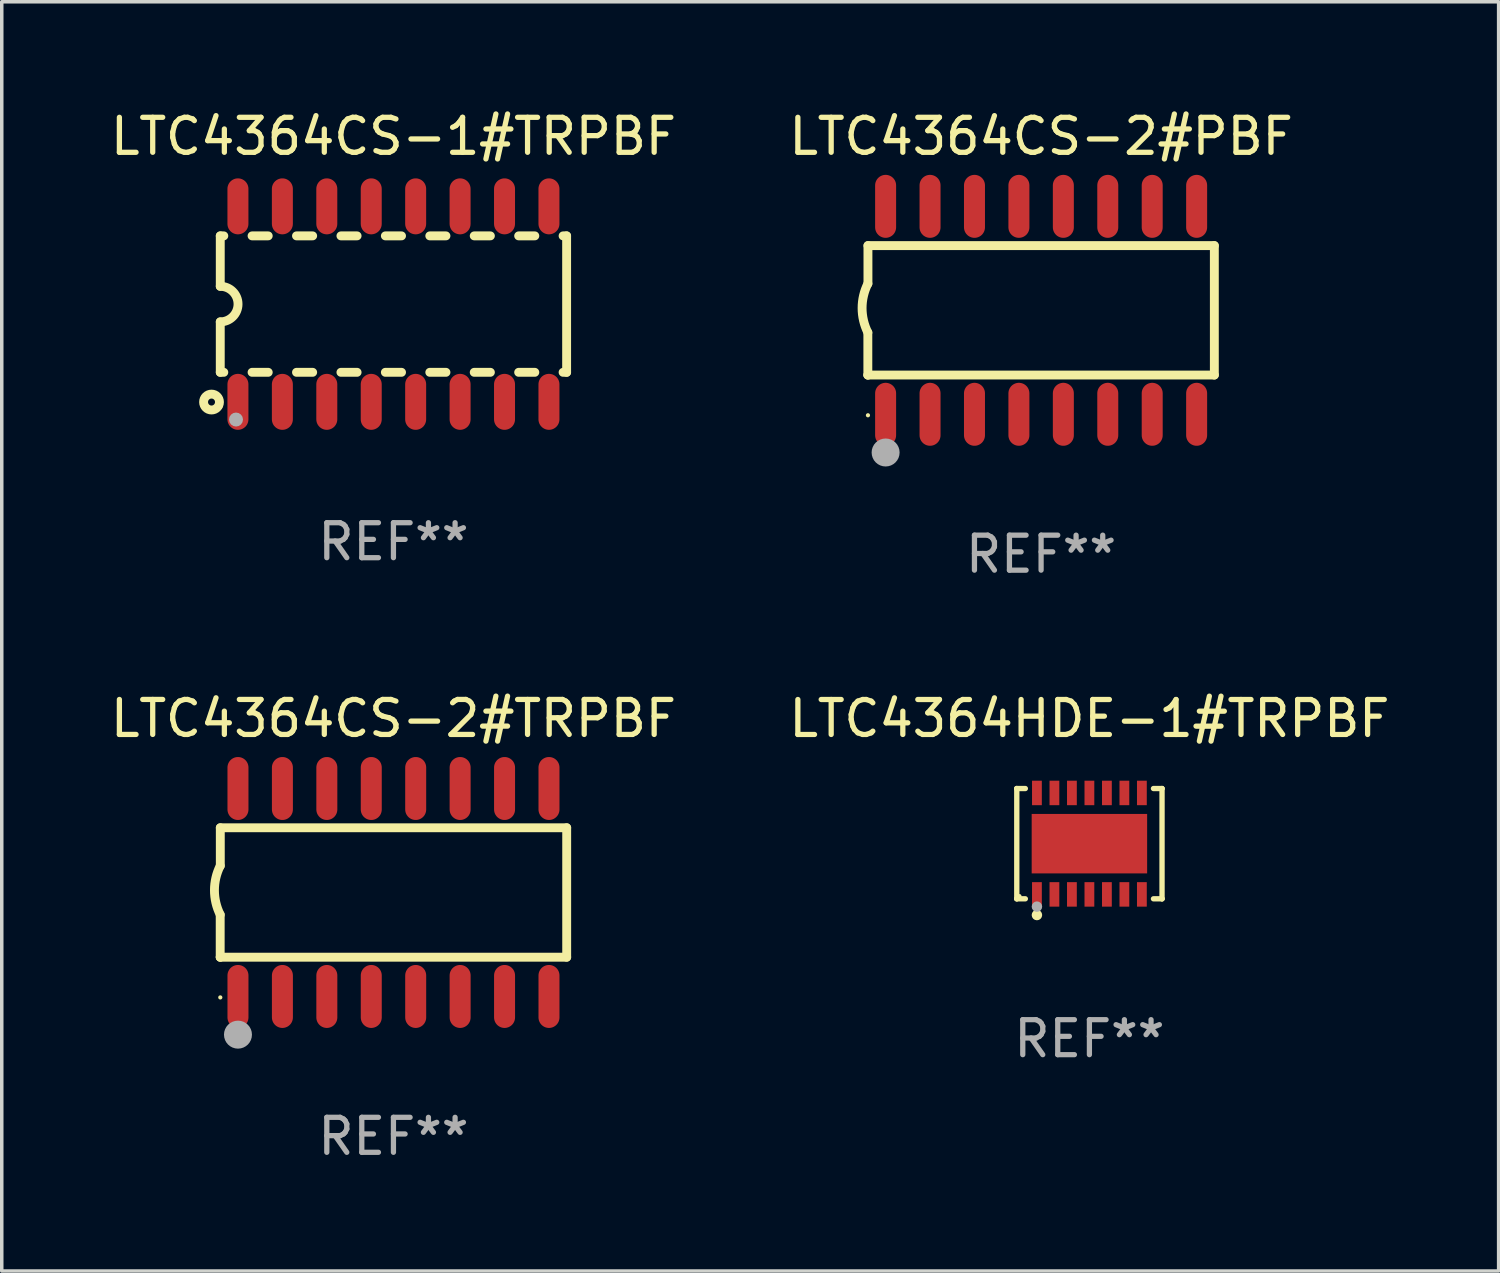
<source format=kicad_pcb>
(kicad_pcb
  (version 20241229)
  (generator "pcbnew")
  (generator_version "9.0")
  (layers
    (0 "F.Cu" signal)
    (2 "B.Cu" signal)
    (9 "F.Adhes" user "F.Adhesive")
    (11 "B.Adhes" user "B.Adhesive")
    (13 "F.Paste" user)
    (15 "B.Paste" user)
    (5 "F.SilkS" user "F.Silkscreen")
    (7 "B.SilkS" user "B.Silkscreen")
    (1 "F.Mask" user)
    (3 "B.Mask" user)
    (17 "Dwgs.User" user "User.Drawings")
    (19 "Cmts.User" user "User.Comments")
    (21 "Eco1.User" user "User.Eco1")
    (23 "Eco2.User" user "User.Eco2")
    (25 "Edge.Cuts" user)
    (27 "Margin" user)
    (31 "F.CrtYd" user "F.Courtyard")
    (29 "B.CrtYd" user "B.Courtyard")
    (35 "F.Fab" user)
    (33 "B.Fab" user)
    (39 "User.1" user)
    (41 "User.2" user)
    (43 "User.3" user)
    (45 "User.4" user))
  (footprint "LTC4364CS-1#TRPBF"
    (layer "F.Cu")
    (at 8.196 5.642)
    (property "Reference" "LTC4364CS-1#TRPBF" (at 0 -4.794 0) (layer "F.SilkS") (effects (font (size 1 1) (thickness 0.15))))
    (attr through_hole)
    (fp_line (start -4.95 -1.95) (end -4.95 -0.508) (stroke (width 0.254) (type solid)) (layer "F.SilkS"))
    (fp_line (start -4.95 -1.95) (end -4.849 -1.95) (stroke (width 0.254) (type solid)) (layer "F.SilkS"))
    (fp_line (start -4.95 1.95) (end -4.95 0.508) (stroke (width 0.254) (type solid)) (layer "F.SilkS"))
    (fp_line (start -4.95 1.95) (end -4.849 1.95) (stroke (width 0.254) (type solid)) (layer "F.SilkS"))
    (fp_line (start -4.041 -1.95) (end -3.579 -1.95) (stroke (width 0.254) (type solid)) (layer "F.SilkS"))
    (fp_line (start -4.041 1.95) (end -3.579 1.95) (stroke (width 0.254) (type solid)) (layer "F.SilkS"))
    (fp_line (start -2.771 -1.95) (end -2.309 -1.95) (stroke (width 0.254) (type solid)) (layer "F.SilkS"))
    (fp_line (start -2.771 1.95) (end -2.309 1.95) (stroke (width 0.254) (type solid)) (layer "F.SilkS"))
    (fp_line (start -1.501 -1.95) (end -1.039 -1.95) (stroke (width 0.254) (type solid)) (layer "F.SilkS"))
    (fp_line (start -1.501 1.95) (end -1.039 1.95) (stroke (width 0.254) (type solid)) (layer "F.SilkS"))
    (fp_line (start -0.231 -1.95) (end 0.231 -1.95) (stroke (width 0.254) (type solid)) (layer "F.SilkS"))
    (fp_line (start -0.231 1.95) (end 0.231 1.95) (stroke (width 0.254) (type solid)) (layer "F.SilkS"))
    (fp_line (start 1.039 -1.95) (end 1.501 -1.95) (stroke (width 0.254) (type solid)) (layer "F.SilkS"))
    (fp_line (start 1.039 1.95) (end 1.501 1.95) (stroke (width 0.254) (type solid)) (layer "F.SilkS"))
    (fp_line (start 2.309 -1.95) (end 2.771 -1.95) (stroke (width 0.254) (type solid)) (layer "F.SilkS"))
    (fp_line (start 2.309 1.95) (end 2.771 1.95) (stroke (width 0.254) (type solid)) (layer "F.SilkS"))
    (fp_line (start 3.579 -1.95) (end 4.041 -1.95) (stroke (width 0.254) (type solid)) (layer "F.SilkS"))
    (fp_line (start 3.579 1.95) (end 4.041 1.95) (stroke (width 0.254) (type solid)) (layer "F.SilkS"))
    (fp_line (start 4.849 -1.95) (end 4.95 -1.95) (stroke (width 0.254) (type solid)) (layer "F.SilkS"))
    (fp_line (start 4.849 1.95) (end 4.95 1.95) (stroke (width 0.254) (type solid)) (layer "F.SilkS"))
    (fp_line (start 4.95 -1.95) (end 4.95 1.95) (stroke (width 0.254) (type solid)) (layer "F.SilkS"))
    (fp_arc (start -4.95047 -0.508001) (mid -4.442469 -0.000228) (end -4.950013 0.508001) (stroke (width 0.254001) (type solid)) (layer "F.SilkS"))
    (fp_circle (center -5.2 2.8) (end -5.1 2.8) (stroke (width 0.254) (type solid)) (fill no) (layer "F.SilkS"))
    (fp_circle (center -4.95 2.947) (end -4.92 2.947) (stroke (width 0.06) (type solid)) (fill no) (layer "F.SilkS"))
    (fp_circle (center -4.5 3.3) (end -4.4 3.3) (stroke (width 0.2) (type solid)) (fill no) (layer "F.Fab"))
    (fp_text user "REF**" (at 0 6.794 0) (layer "F.Fab") (effects (font (size 1 1) (thickness 0.15))))
    (pad "1" smd oval (at -4.445 2.794) (size 0.6 1.6) (layers "F.Cu" "F.Mask" "F.Paste"))
    (pad "2" smd oval (at -3.175 2.794) (size 0.6 1.6) (layers "F.Cu" "F.Mask" "F.Paste"))
    (pad "3" smd oval (at -1.905 2.794) (size 0.6 1.6) (layers "F.Cu" "F.Mask" "F.Paste"))
    (pad "4" smd oval (at -0.635 2.794) (size 0.6 1.6) (layers "F.Cu" "F.Mask" "F.Paste"))
    (pad "5" smd oval (at 0.635 2.794) (size 0.6 1.6) (layers "F.Cu" "F.Mask" "F.Paste"))
    (pad "6" smd oval (at 1.905 2.794) (size 0.6 1.6) (layers "F.Cu" "F.Mask" "F.Paste"))
    (pad "7" smd oval (at 3.175 2.794) (size 0.6 1.6) (layers "F.Cu" "F.Mask" "F.Paste"))
    (pad "8" smd oval (at 4.445 2.794) (size 0.6 1.6) (layers "F.Cu" "F.Mask" "F.Paste"))
    (pad "9" smd oval (at 4.445 -2.794) (size 0.6 1.6) (layers "F.Cu" "F.Mask" "F.Paste"))
    (pad "10" smd oval (at 3.175 -2.794) (size 0.6 1.6) (layers "F.Cu" "F.Mask" "F.Paste"))
    (pad "11" smd oval (at 1.905 -2.794) (size 0.6 1.6) (layers "F.Cu" "F.Mask" "F.Paste"))
    (pad "12" smd oval (at 0.635 -2.794) (size 0.6 1.6) (layers "F.Cu" "F.Mask" "F.Paste"))
    (pad "13" smd oval (at -0.635 -2.794) (size 0.6 1.6) (layers "F.Cu" "F.Mask" "F.Paste"))
    (pad "14" smd oval (at -1.905 -2.794) (size 0.6 1.6) (layers "F.Cu" "F.Mask" "F.Paste"))
    (pad "15" smd oval (at -3.175 -2.794) (size 0.6 1.6) (layers "F.Cu" "F.Mask" "F.Paste"))
    (pad "16" smd oval (at -4.445 -2.794) (size 0.6 1.6) (layers "F.Cu" "F.Mask" "F.Paste")))
  (footprint "LTC4364CS-2#TRPBF"
    (layer "F.Cu")
    (at 8.196 22.46)
    (property "Reference" "LTC4364CS-2#TRPBF" (at 0 -4.972 0) (layer "F.SilkS") (effects (font (size 1 1) (thickness 0.15))))
    (attr through_hole)
    (fp_line (start -4.952 0.635) (end -4.952 1.85) (stroke (width 0.254) (type solid)) (layer "F.SilkS"))
    (fp_line (start -4.952 1.85) (end -4.949 1.85) (stroke (width 0.254) (type solid)) (layer "F.SilkS"))
    (fp_line (start -4.949 -1.85) (end -4.949 -0.762) (stroke (width 0.254) (type solid)) (layer "F.SilkS"))
    (fp_line (start -4.949 1.85) (end 4.952 1.85) (stroke (width 0.254) (type solid)) (layer "F.SilkS"))
    (fp_line (start 4.952 -1.85) (end -4.949 -1.85) (stroke (width 0.254) (type solid)) (layer "F.SilkS"))
    (fp_line (start 4.952 1.85) (end 4.952 -1.85) (stroke (width 0.254) (type solid)) (layer "F.SilkS"))
    (fp_arc (start -4.951524 0.635001) (mid -5.116418 -0.0635) (end -4.951524 -0.762002) (stroke (width 0.254001) (type solid)) (layer "F.SilkS"))
    (fp_circle (center -4.949 3) (end -4.919 3) (stroke (width 0.06) (type solid)) (fill no) (layer "F.SilkS"))
    (fp_circle (center -4.444 4.064) (end -4.244 4.064) (stroke (width 0.4) (type solid)) (fill no) (layer "F.Fab"))
    (fp_text user "REF**" (at 0 6.972 0) (layer "F.Fab") (effects (font (size 1 1) (thickness 0.15))))
    (pad "1" smd oval (at -4.444 2.972 180) (size 0.6 1.8) (layers "F.Cu" "F.Mask" "F.Paste"))
    (pad "2" smd oval (at -3.174 2.972 180) (size 0.6 1.8) (layers "F.Cu" "F.Mask" "F.Paste"))
    (pad "3" smd oval (at -1.904 2.972 180) (size 0.6 1.8) (layers "F.Cu" "F.Mask" "F.Paste"))
    (pad "4" smd oval (at -0.634 2.972 180) (size 0.6 1.8) (layers "F.Cu" "F.Mask" "F.Paste"))
    (pad "5" smd oval (at 0.636 2.972 180) (size 0.6 1.8) (layers "F.Cu" "F.Mask" "F.Paste"))
    (pad "6" smd oval (at 1.906 2.972 180) (size 0.6 1.8) (layers "F.Cu" "F.Mask" "F.Paste"))
    (pad "7" smd oval (at 3.176 2.972 180) (size 0.6 1.8) (layers "F.Cu" "F.Mask" "F.Paste"))
    (pad "8" smd oval (at 4.446 2.972 180) (size 0.6 1.8) (layers "F.Cu" "F.Mask" "F.Paste"))
    (pad "9" smd oval (at 4.446 -2.972 180) (size 0.6 1.8) (layers "F.Cu" "F.Mask" "F.Paste"))
    (pad "10" smd oval (at 3.176 -2.972 180) (size 0.6 1.8) (layers "F.Cu" "F.Mask" "F.Paste"))
    (pad "11" smd oval (at 1.906 -2.972 180) (size 0.6 1.8) (layers "F.Cu" "F.Mask" "F.Paste"))
    (pad "12" smd oval (at 0.636 -2.972 180) (size 0.6 1.8) (layers "F.Cu" "F.Mask" "F.Paste"))
    (pad "13" smd oval (at -0.634 -2.972 180) (size 0.6 1.8) (layers "F.Cu" "F.Mask" "F.Paste"))
    (pad "14" smd oval (at -1.904 -2.972 180) (size 0.6 1.8) (layers "F.Cu" "F.Mask" "F.Paste"))
    (pad "15" smd oval (at -3.174 -2.972 180) (size 0.6 1.8) (layers "F.Cu" "F.Mask" "F.Paste"))
    (pad "16" smd oval (at -4.444 -2.972 180) (size 0.6 1.8) (layers "F.Cu" "F.Mask" "F.Paste")))
  (footprint "LTC4364HDE-1#TRPBF"
    (layer "F.Cu")
    (at 28.089 21.065)
    (property "Reference" "LTC4364HDE-1#TRPBF" (at 0 -3.576 0) (layer "F.SilkS") (effects (font (size 1 1) (thickness 0.15))))
    (attr through_hole)
    (fp_line (start -2.076 -1.576) (end -2.076 -1.576) (stroke (width 0.152) (type solid)) (layer "F.SilkS"))
    (fp_line (start -2.076 -1.576) (end -1.831 -1.576) (stroke (width 0.152) (type solid)) (layer "F.SilkS"))
    (fp_line (start -2.076 1.576) (end -2.076 -1.576) (stroke (width 0.152) (type solid)) (layer "F.SilkS"))
    (fp_line (start -2.076 1.576) (end -2.076 1.576) (stroke (width 0.152) (type solid)) (layer "F.SilkS"))
    (fp_line (start -1.831 1.576) (end -2.076 1.576) (stroke (width 0.152) (type solid)) (layer "F.SilkS"))
    (fp_line (start 1.831 1.576) (end 2.076 1.576) (stroke (width 0.152) (type solid)) (layer "F.SilkS"))
    (fp_line (start 2.076 -1.576) (end 1.831 -1.576) (stroke (width 0.152) (type solid)) (layer "F.SilkS"))
    (fp_line (start 2.076 -1.576) (end 2.076 -1.576) (stroke (width 0.152) (type solid)) (layer "F.SilkS"))
    (fp_line (start 2.076 1.576) (end 2.076 -1.576) (stroke (width 0.152) (type solid)) (layer "F.SilkS"))
    (fp_line (start 2.076 1.576) (end 2.076 1.576) (stroke (width 0.152) (type solid)) (layer "F.SilkS"))
    (fp_circle (center -2 1.5) (end -1.97 1.5) (stroke (width 0.06) (type solid)) (fill no) (layer "F.SilkS"))
    (fp_circle (center -1.5 2.04) (end -1.425 2.04) (stroke (width 0.15) (type solid)) (fill no) (layer "F.SilkS"))
    (fp_circle (center -1.5 1.8) (end -1.425 1.8) (stroke (width 0.15) (type solid)) (fill no) (layer "F.Fab"))
    (fp_text user "REF**" (at 0 5.576 0) (layer "F.Fab") (effects (font (size 1 1) (thickness 0.15))))
    (pad "1" smd rect (at -1.5 1.45) (size 0.28 0.7) (layers "F.Cu" "F.Mask" "F.Paste"))
    (pad "2" smd rect (at -1 1.45) (size 0.28 0.7) (layers "F.Cu" "F.Mask" "F.Paste"))
    (pad "3" smd rect (at -0.5 1.45) (size 0.28 0.7) (layers "F.Cu" "F.Mask" "F.Paste"))
    (pad "4" smd rect (at 0 1.45) (size 0.28 0.7) (layers "F.Cu" "F.Mask" "F.Paste"))
    (pad "5" smd rect (at 0.5 1.45) (size 0.28 0.7) (layers "F.Cu" "F.Mask" "F.Paste"))
    (pad "6" smd rect (at 1 1.45) (size 0.28 0.7) (layers "F.Cu" "F.Mask" "F.Paste"))
    (pad "7" smd rect (at 1.5 1.45) (size 0.28 0.7) (layers "F.Cu" "F.Mask" "F.Paste"))
    (pad "8" smd rect (at 1.5 -1.45) (size 0.28 0.7) (layers "F.Cu" "F.Mask" "F.Paste"))
    (pad "9" smd rect (at 1 -1.45) (size 0.28 0.7) (layers "F.Cu" "F.Mask" "F.Paste"))
    (pad "10" smd rect (at 0.5 -1.45) (size 0.28 0.7) (layers "F.Cu" "F.Mask" "F.Paste"))
    (pad "11" smd rect (at 0 -1.45) (size 0.28 0.7) (layers "F.Cu" "F.Mask" "F.Paste"))
    (pad "12" smd rect (at -0.5 -1.45) (size 0.28 0.7) (layers "F.Cu" "F.Mask" "F.Paste"))
    (pad "13" smd rect (at -1 -1.45) (size 0.28 0.7) (layers "F.Cu" "F.Mask" "F.Paste"))
    (pad "14" smd rect (at -1.5 -1.45) (size 0.28 0.7) (layers "F.Cu" "F.Mask" "F.Paste"))
    (pad "15" smd rect (at 0 0) (size 3.3 1.7) (layers "F.Cu" "F.Mask" "F.Paste")))
  (footprint "LTC4364CS-2#PBF"
    (layer "F.Cu")
    (at 26.708 5.82)
    (property "Reference" "LTC4364CS-2#PBF" (at 0 -4.972 0) (layer "F.SilkS") (effects (font (size 1 1) (thickness 0.15))))
    (attr through_hole)
    (fp_line (start -4.952 0.635) (end -4.952 1.85) (stroke (width 0.254) (type solid)) (layer "F.SilkS"))
    (fp_line (start -4.952 1.85) (end -4.949 1.85) (stroke (width 0.254) (type solid)) (layer "F.SilkS"))
    (fp_line (start -4.949 -1.85) (end -4.949 -0.762) (stroke (width 0.254) (type solid)) (layer "F.SilkS"))
    (fp_line (start -4.949 1.85) (end 4.952 1.85) (stroke (width 0.254) (type solid)) (layer "F.SilkS"))
    (fp_line (start 4.952 -1.85) (end -4.949 -1.85) (stroke (width 0.254) (type solid)) (layer "F.SilkS"))
    (fp_line (start 4.952 1.85) (end 4.952 -1.85) (stroke (width 0.254) (type solid)) (layer "F.SilkS"))
    (fp_arc (start -4.951524 0.635001) (mid -5.116418 -0.0635) (end -4.951524 -0.762002) (stroke (width 0.254001) (type solid)) (layer "F.SilkS"))
    (fp_circle (center -4.949 3) (end -4.919 3) (stroke (width 0.06) (type solid)) (fill no) (layer "F.SilkS"))
    (fp_circle (center -4.444 4.064) (end -4.244 4.064) (stroke (width 0.4) (type solid)) (fill no) (layer "F.Fab"))
    (fp_text user "REF**" (at 0 6.972 0) (layer "F.Fab") (effects (font (size 1 1) (thickness 0.15))))
    (pad "1" smd oval (at -4.444 2.972 180) (size 0.6 1.8) (layers "F.Cu" "F.Mask" "F.Paste"))
    (pad "2" smd oval (at -3.174 2.972 180) (size 0.6 1.8) (layers "F.Cu" "F.Mask" "F.Paste"))
    (pad "3" smd oval (at -1.904 2.972 180) (size 0.6 1.8) (layers "F.Cu" "F.Mask" "F.Paste"))
    (pad "4" smd oval (at -0.634 2.972 180) (size 0.6 1.8) (layers "F.Cu" "F.Mask" "F.Paste"))
    (pad "5" smd oval (at 0.636 2.972 180) (size 0.6 1.8) (layers "F.Cu" "F.Mask" "F.Paste"))
    (pad "6" smd oval (at 1.906 2.972 180) (size 0.6 1.8) (layers "F.Cu" "F.Mask" "F.Paste"))
    (pad "7" smd oval (at 3.176 2.972 180) (size 0.6 1.8) (layers "F.Cu" "F.Mask" "F.Paste"))
    (pad "8" smd oval (at 4.446 2.972 180) (size 0.6 1.8) (layers "F.Cu" "F.Mask" "F.Paste"))
    (pad "9" smd oval (at 4.446 -2.972 180) (size 0.6 1.8) (layers "F.Cu" "F.Mask" "F.Paste"))
    (pad "10" smd oval (at 3.176 -2.972 180) (size 0.6 1.8) (layers "F.Cu" "F.Mask" "F.Paste"))
    (pad "11" smd oval (at 1.906 -2.972 180) (size 0.6 1.8) (layers "F.Cu" "F.Mask" "F.Paste"))
    (pad "12" smd oval (at 0.636 -2.972 180) (size 0.6 1.8) (layers "F.Cu" "F.Mask" "F.Paste"))
    (pad "13" smd oval (at -0.634 -2.972 180) (size 0.6 1.8) (layers "F.Cu" "F.Mask" "F.Paste"))
    (pad "14" smd oval (at -1.904 -2.972 180) (size 0.6 1.8) (layers "F.Cu" "F.Mask" "F.Paste"))
    (pad "15" smd oval (at -3.174 -2.972 180) (size 0.6 1.8) (layers "F.Cu" "F.Mask" "F.Paste"))
    (pad "16" smd oval (at -4.444 -2.972 180) (size 0.6 1.8) (layers "F.Cu" "F.Mask" "F.Paste")))
  (gr_rect
    (start -3 -3)
    (end 39.786 33.28)
    (stroke (width 0.1) (type default))
    (fill no)
    (layer "Edge.Cuts")))
</source>
